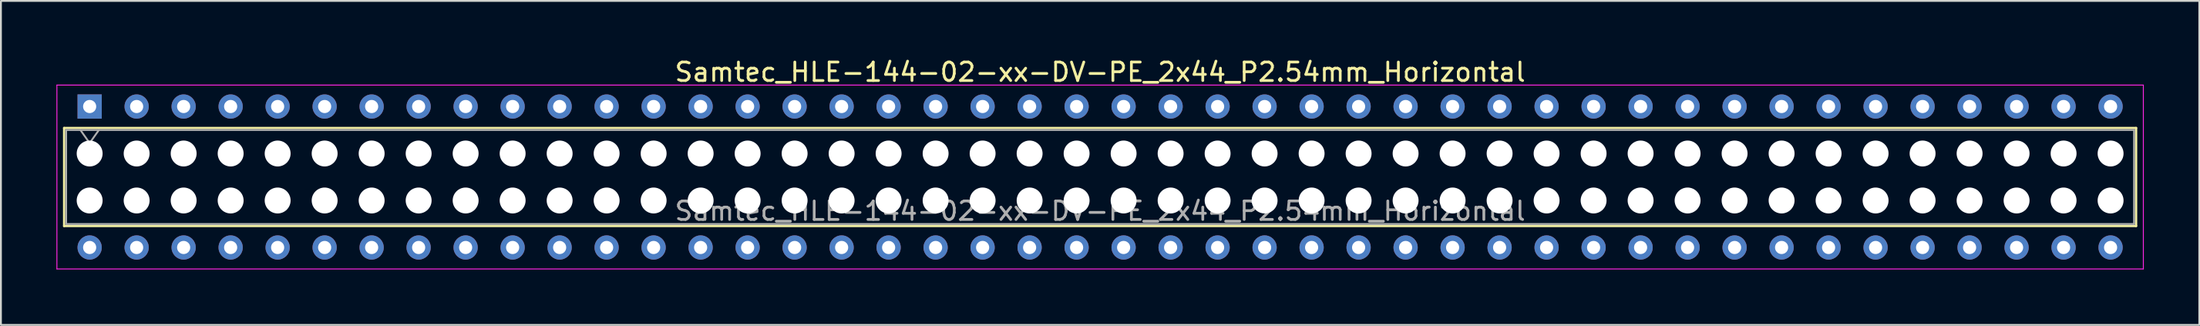
<source format=kicad_pcb>
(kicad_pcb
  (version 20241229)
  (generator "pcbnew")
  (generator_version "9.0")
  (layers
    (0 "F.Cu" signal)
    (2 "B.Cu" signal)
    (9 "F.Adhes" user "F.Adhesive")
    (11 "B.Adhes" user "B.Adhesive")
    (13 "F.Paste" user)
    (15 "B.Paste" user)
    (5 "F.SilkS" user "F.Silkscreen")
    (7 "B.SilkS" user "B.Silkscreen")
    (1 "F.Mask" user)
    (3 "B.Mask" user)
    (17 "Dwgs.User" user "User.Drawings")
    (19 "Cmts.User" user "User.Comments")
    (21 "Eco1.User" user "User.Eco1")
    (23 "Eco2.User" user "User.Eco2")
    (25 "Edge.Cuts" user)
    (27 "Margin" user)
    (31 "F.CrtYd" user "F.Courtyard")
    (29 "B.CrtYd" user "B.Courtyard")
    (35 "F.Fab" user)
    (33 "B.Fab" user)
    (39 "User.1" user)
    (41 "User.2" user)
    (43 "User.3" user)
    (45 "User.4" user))
  (footprint "Samtec_HLE-144-02-xx-DV-PE_2x44_P2.54mm_Horizontal"
    (layer "F.Cu")
    (at 1.795 2.708)
    (property "Reference" "Samtec_HLE-144-02-xx-DV-PE_2x44_P2.54mm_Horizontal" (at 54.61 -1.86 0) (layer "F.SilkS") (effects (font (size 1 1) (thickness 0.15))))
    (attr through_hole)
    (fp_line (start -1.38 1.16) (end 110.6 1.16) (stroke (width 0.12) (type solid)) (layer "F.SilkS"))
    (fp_line (start -1.38 6.46) (end -1.38 1.16) (stroke (width 0.12) (type solid)) (layer "F.SilkS"))
    (fp_line (start 110.6 1.16) (end 110.6 6.46) (stroke (width 0.12) (type solid)) (layer "F.SilkS"))
    (fp_line (start 110.6 6.46) (end -1.38 6.46) (stroke (width 0.12) (type solid)) (layer "F.SilkS"))
    (fp_line (start -1.77 -1.16) (end 110.99 -1.16) (stroke (width 0.05) (type solid)) (layer "F.CrtYd"))
    (fp_line (start -1.77 8.78) (end -1.77 -1.16) (stroke (width 0.05) (type solid)) (layer "F.CrtYd"))
    (fp_line (start 110.99 -1.16) (end 110.99 8.78) (stroke (width 0.05) (type solid)) (layer "F.CrtYd"))
    (fp_line (start 110.99 8.78) (end -1.77 8.78) (stroke (width 0.05) (type solid)) (layer "F.CrtYd"))
    (fp_line (start -1.27 1.27) (end 110.49 1.27) (stroke (width 0.1) (type solid)) (layer "F.Fab"))
    (fp_line (start -1.27 6.35) (end -1.27 1.27) (stroke (width 0.1) (type solid)) (layer "F.Fab"))
    (fp_line (start -0.5 1.27) (end 0 1.977) (stroke (width 0.1) (type solid)) (layer "F.Fab"))
    (fp_line (start 0 1.977) (end 0.5 1.27) (stroke (width 0.1) (type solid)) (layer "F.Fab"))
    (fp_line (start 110.49 1.27) (end 110.49 6.35) (stroke (width 0.1) (type solid)) (layer "F.Fab"))
    (fp_line (start 110.49 6.35) (end -1.27 6.35) (stroke (width 0.1) (type solid)) (layer "F.Fab"))
    (fp_text user "${REFERENCE}" (at 54.61 5.65 0) (layer "F.Fab") (effects (font (size 1 1) (thickness 0.15))))
    (pad "" np_thru_hole circle (at 0 2.54) (size 1.4 1.4) (drill 1.4) (layers "*.Cu" "*.Mask"))
    (pad "" np_thru_hole circle (at 0 5.08) (size 1.4 1.4) (drill 1.4) (layers "*.Cu" "*.Mask"))
    (pad "" np_thru_hole circle (at 2.54 2.54) (size 1.4 1.4) (drill 1.4) (layers "*.Cu" "*.Mask"))
    (pad "" np_thru_hole circle (at 2.54 5.08) (size 1.4 1.4) (drill 1.4) (layers "*.Cu" "*.Mask"))
    (pad "" np_thru_hole circle (at 5.08 2.54) (size 1.4 1.4) (drill 1.4) (layers "*.Cu" "*.Mask"))
    (pad "" np_thru_hole circle (at 5.08 5.08) (size 1.4 1.4) (drill 1.4) (layers "*.Cu" "*.Mask"))
    (pad "" np_thru_hole circle (at 7.62 2.54) (size 1.4 1.4) (drill 1.4) (layers "*.Cu" "*.Mask"))
    (pad "" np_thru_hole circle (at 7.62 5.08) (size 1.4 1.4) (drill 1.4) (layers "*.Cu" "*.Mask"))
    (pad "" np_thru_hole circle (at 10.16 2.54) (size 1.4 1.4) (drill 1.4) (layers "*.Cu" "*.Mask"))
    (pad "" np_thru_hole circle (at 10.16 5.08) (size 1.4 1.4) (drill 1.4) (layers "*.Cu" "*.Mask"))
    (pad "" np_thru_hole circle (at 12.7 2.54) (size 1.4 1.4) (drill 1.4) (layers "*.Cu" "*.Mask"))
    (pad "" np_thru_hole circle (at 12.7 5.08) (size 1.4 1.4) (drill 1.4) (layers "*.Cu" "*.Mask"))
    (pad "" np_thru_hole circle (at 15.24 2.54) (size 1.4 1.4) (drill 1.4) (layers "*.Cu" "*.Mask"))
    (pad "" np_thru_hole circle (at 15.24 5.08) (size 1.4 1.4) (drill 1.4) (layers "*.Cu" "*.Mask"))
    (pad "" np_thru_hole circle (at 17.78 2.54) (size 1.4 1.4) (drill 1.4) (layers "*.Cu" "*.Mask"))
    (pad "" np_thru_hole circle (at 17.78 5.08) (size 1.4 1.4) (drill 1.4) (layers "*.Cu" "*.Mask"))
    (pad "" np_thru_hole circle (at 20.32 2.54) (size 1.4 1.4) (drill 1.4) (layers "*.Cu" "*.Mask"))
    (pad "" np_thru_hole circle (at 20.32 5.08) (size 1.4 1.4) (drill 1.4) (layers "*.Cu" "*.Mask"))
    (pad "" np_thru_hole circle (at 22.86 2.54) (size 1.4 1.4) (drill 1.4) (layers "*.Cu" "*.Mask"))
    (pad "" np_thru_hole circle (at 22.86 5.08) (size 1.4 1.4) (drill 1.4) (layers "*.Cu" "*.Mask"))
    (pad "" np_thru_hole circle (at 25.4 2.54) (size 1.4 1.4) (drill 1.4) (layers "*.Cu" "*.Mask"))
    (pad "" np_thru_hole circle (at 25.4 5.08) (size 1.4 1.4) (drill 1.4) (layers "*.Cu" "*.Mask"))
    (pad "" np_thru_hole circle (at 27.94 2.54) (size 1.4 1.4) (drill 1.4) (layers "*.Cu" "*.Mask"))
    (pad "" np_thru_hole circle (at 27.94 5.08) (size 1.4 1.4) (drill 1.4) (layers "*.Cu" "*.Mask"))
    (pad "" np_thru_hole circle (at 30.48 2.54) (size 1.4 1.4) (drill 1.4) (layers "*.Cu" "*.Mask"))
    (pad "" np_thru_hole circle (at 30.48 5.08) (size 1.4 1.4) (drill 1.4) (layers "*.Cu" "*.Mask"))
    (pad "" np_thru_hole circle (at 33.02 2.54) (size 1.4 1.4) (drill 1.4) (layers "*.Cu" "*.Mask"))
    (pad "" np_thru_hole circle (at 33.02 5.08) (size 1.4 1.4) (drill 1.4) (layers "*.Cu" "*.Mask"))
    (pad "" np_thru_hole circle (at 35.56 2.54) (size 1.4 1.4) (drill 1.4) (layers "*.Cu" "*.Mask"))
    (pad "" np_thru_hole circle (at 35.56 5.08) (size 1.4 1.4) (drill 1.4) (layers "*.Cu" "*.Mask"))
    (pad "" np_thru_hole circle (at 38.1 2.54) (size 1.4 1.4) (drill 1.4) (layers "*.Cu" "*.Mask"))
    (pad "" np_thru_hole circle (at 38.1 5.08) (size 1.4 1.4) (drill 1.4) (layers "*.Cu" "*.Mask"))
    (pad "" np_thru_hole circle (at 40.64 2.54) (size 1.4 1.4) (drill 1.4) (layers "*.Cu" "*.Mask"))
    (pad "" np_thru_hole circle (at 40.64 5.08) (size 1.4 1.4) (drill 1.4) (layers "*.Cu" "*.Mask"))
    (pad "" np_thru_hole circle (at 43.18 2.54) (size 1.4 1.4) (drill 1.4) (layers "*.Cu" "*.Mask"))
    (pad "" np_thru_hole circle (at 43.18 5.08) (size 1.4 1.4) (drill 1.4) (layers "*.Cu" "*.Mask"))
    (pad "" np_thru_hole circle (at 45.72 2.54) (size 1.4 1.4) (drill 1.4) (layers "*.Cu" "*.Mask"))
    (pad "" np_thru_hole circle (at 45.72 5.08) (size 1.4 1.4) (drill 1.4) (layers "*.Cu" "*.Mask"))
    (pad "" np_thru_hole circle (at 48.26 2.54) (size 1.4 1.4) (drill 1.4) (layers "*.Cu" "*.Mask"))
    (pad "" np_thru_hole circle (at 48.26 5.08) (size 1.4 1.4) (drill 1.4) (layers "*.Cu" "*.Mask"))
    (pad "" np_thru_hole circle (at 50.8 2.54) (size 1.4 1.4) (drill 1.4) (layers "*.Cu" "*.Mask"))
    (pad "" np_thru_hole circle (at 50.8 5.08) (size 1.4 1.4) (drill 1.4) (layers "*.Cu" "*.Mask"))
    (pad "" np_thru_hole circle (at 53.34 2.54) (size 1.4 1.4) (drill 1.4) (layers "*.Cu" "*.Mask"))
    (pad "" np_thru_hole circle (at 53.34 5.08) (size 1.4 1.4) (drill 1.4) (layers "*.Cu" "*.Mask"))
    (pad "" np_thru_hole circle (at 55.88 2.54) (size 1.4 1.4) (drill 1.4) (layers "*.Cu" "*.Mask"))
    (pad "" np_thru_hole circle (at 55.88 5.08) (size 1.4 1.4) (drill 1.4) (layers "*.Cu" "*.Mask"))
    (pad "" np_thru_hole circle (at 58.42 2.54) (size 1.4 1.4) (drill 1.4) (layers "*.Cu" "*.Mask"))
    (pad "" np_thru_hole circle (at 58.42 5.08) (size 1.4 1.4) (drill 1.4) (layers "*.Cu" "*.Mask"))
    (pad "" np_thru_hole circle (at 60.96 2.54) (size 1.4 1.4) (drill 1.4) (layers "*.Cu" "*.Mask"))
    (pad "" np_thru_hole circle (at 60.96 5.08) (size 1.4 1.4) (drill 1.4) (layers "*.Cu" "*.Mask"))
    (pad "" np_thru_hole circle (at 63.5 2.54) (size 1.4 1.4) (drill 1.4) (layers "*.Cu" "*.Mask"))
    (pad "" np_thru_hole circle (at 63.5 5.08) (size 1.4 1.4) (drill 1.4) (layers "*.Cu" "*.Mask"))
    (pad "" np_thru_hole circle (at 66.04 2.54) (size 1.4 1.4) (drill 1.4) (layers "*.Cu" "*.Mask"))
    (pad "" np_thru_hole circle (at 66.04 5.08) (size 1.4 1.4) (drill 1.4) (layers "*.Cu" "*.Mask"))
    (pad "" np_thru_hole circle (at 68.58 2.54) (size 1.4 1.4) (drill 1.4) (layers "*.Cu" "*.Mask"))
    (pad "" np_thru_hole circle (at 68.58 5.08) (size 1.4 1.4) (drill 1.4) (layers "*.Cu" "*.Mask"))
    (pad "" np_thru_hole circle (at 71.12 2.54) (size 1.4 1.4) (drill 1.4) (layers "*.Cu" "*.Mask"))
    (pad "" np_thru_hole circle (at 71.12 5.08) (size 1.4 1.4) (drill 1.4) (layers "*.Cu" "*.Mask"))
    (pad "" np_thru_hole circle (at 73.66 2.54) (size 1.4 1.4) (drill 1.4) (layers "*.Cu" "*.Mask"))
    (pad "" np_thru_hole circle (at 73.66 5.08) (size 1.4 1.4) (drill 1.4) (layers "*.Cu" "*.Mask"))
    (pad "" np_thru_hole circle (at 76.2 2.54) (size 1.4 1.4) (drill 1.4) (layers "*.Cu" "*.Mask"))
    (pad "" np_thru_hole circle (at 76.2 5.08) (size 1.4 1.4) (drill 1.4) (layers "*.Cu" "*.Mask"))
    (pad "" np_thru_hole circle (at 78.74 2.54) (size 1.4 1.4) (drill 1.4) (layers "*.Cu" "*.Mask"))
    (pad "" np_thru_hole circle (at 78.74 5.08) (size 1.4 1.4) (drill 1.4) (layers "*.Cu" "*.Mask"))
    (pad "" np_thru_hole circle (at 81.28 2.54) (size 1.4 1.4) (drill 1.4) (layers "*.Cu" "*.Mask"))
    (pad "" np_thru_hole circle (at 81.28 5.08) (size 1.4 1.4) (drill 1.4) (layers "*.Cu" "*.Mask"))
    (pad "" np_thru_hole circle (at 83.82 2.54) (size 1.4 1.4) (drill 1.4) (layers "*.Cu" "*.Mask"))
    (pad "" np_thru_hole circle (at 83.82 5.08) (size 1.4 1.4) (drill 1.4) (layers "*.Cu" "*.Mask"))
    (pad "" np_thru_hole circle (at 86.36 2.54) (size 1.4 1.4) (drill 1.4) (layers "*.Cu" "*.Mask"))
    (pad "" np_thru_hole circle (at 86.36 5.08) (size 1.4 1.4) (drill 1.4) (layers "*.Cu" "*.Mask"))
    (pad "" np_thru_hole circle (at 88.9 2.54) (size 1.4 1.4) (drill 1.4) (layers "*.Cu" "*.Mask"))
    (pad "" np_thru_hole circle (at 88.9 5.08) (size 1.4 1.4) (drill 1.4) (layers "*.Cu" "*.Mask"))
    (pad "" np_thru_hole circle (at 91.44 2.54) (size 1.4 1.4) (drill 1.4) (layers "*.Cu" "*.Mask"))
    (pad "" np_thru_hole circle (at 91.44 5.08) (size 1.4 1.4) (drill 1.4) (layers "*.Cu" "*.Mask"))
    (pad "" np_thru_hole circle (at 93.98 2.54) (size 1.4 1.4) (drill 1.4) (layers "*.Cu" "*.Mask"))
    (pad "" np_thru_hole circle (at 93.98 5.08) (size 1.4 1.4) (drill 1.4) (layers "*.Cu" "*.Mask"))
    (pad "" np_thru_hole circle (at 96.52 2.54) (size 1.4 1.4) (drill 1.4) (layers "*.Cu" "*.Mask"))
    (pad "" np_thru_hole circle (at 96.52 5.08) (size 1.4 1.4) (drill 1.4) (layers "*.Cu" "*.Mask"))
    (pad "" np_thru_hole circle (at 99.06 2.54) (size 1.4 1.4) (drill 1.4) (layers "*.Cu" "*.Mask"))
    (pad "" np_thru_hole circle (at 99.06 5.08) (size 1.4 1.4) (drill 1.4) (layers "*.Cu" "*.Mask"))
    (pad "" np_thru_hole circle (at 101.6 2.54) (size 1.4 1.4) (drill 1.4) (layers "*.Cu" "*.Mask"))
    (pad "" np_thru_hole circle (at 101.6 5.08) (size 1.4 1.4) (drill 1.4) (layers "*.Cu" "*.Mask"))
    (pad "" np_thru_hole circle (at 104.14 2.54) (size 1.4 1.4) (drill 1.4) (layers "*.Cu" "*.Mask"))
    (pad "" np_thru_hole circle (at 104.14 5.08) (size 1.4 1.4) (drill 1.4) (layers "*.Cu" "*.Mask"))
    (pad "" np_thru_hole circle (at 106.68 2.54) (size 1.4 1.4) (drill 1.4) (layers "*.Cu" "*.Mask"))
    (pad "" np_thru_hole circle (at 106.68 5.08) (size 1.4 1.4) (drill 1.4) (layers "*.Cu" "*.Mask"))
    (pad "" np_thru_hole circle (at 109.22 2.54) (size 1.4 1.4) (drill 1.4) (layers "*.Cu" "*.Mask"))
    (pad "" np_thru_hole circle (at 109.22 5.08) (size 1.4 1.4) (drill 1.4) (layers "*.Cu" "*.Mask"))
    (pad "1" thru_hole rect (at 0 0) (size 1.31 1.31) (drill 0.71) (layers "*.Cu" "*.Mask"))
    (pad "2" thru_hole circle (at 0 7.62) (size 1.31 1.31) (drill 0.71) (layers "*.Cu" "*.Mask"))
    (pad "3" thru_hole circle (at 2.54 0) (size 1.31 1.31) (drill 0.71) (layers "*.Cu" "*.Mask"))
    (pad "4" thru_hole circle (at 2.54 7.62) (size 1.31 1.31) (drill 0.71) (layers "*.Cu" "*.Mask"))
    (pad "5" thru_hole circle (at 5.08 0) (size 1.31 1.31) (drill 0.71) (layers "*.Cu" "*.Mask"))
    (pad "6" thru_hole circle (at 5.08 7.62) (size 1.31 1.31) (drill 0.71) (layers "*.Cu" "*.Mask"))
    (pad "7" thru_hole circle (at 7.62 0) (size 1.31 1.31) (drill 0.71) (layers "*.Cu" "*.Mask"))
    (pad "8" thru_hole circle (at 7.62 7.62) (size 1.31 1.31) (drill 0.71) (layers "*.Cu" "*.Mask"))
    (pad "9" thru_hole circle (at 10.16 0) (size 1.31 1.31) (drill 0.71) (layers "*.Cu" "*.Mask"))
    (pad "10" thru_hole circle (at 10.16 7.62) (size 1.31 1.31) (drill 0.71) (layers "*.Cu" "*.Mask"))
    (pad "11" thru_hole circle (at 12.7 0) (size 1.31 1.31) (drill 0.71) (layers "*.Cu" "*.Mask"))
    (pad "12" thru_hole circle (at 12.7 7.62) (size 1.31 1.31) (drill 0.71) (layers "*.Cu" "*.Mask"))
    (pad "13" thru_hole circle (at 15.24 0) (size 1.31 1.31) (drill 0.71) (layers "*.Cu" "*.Mask"))
    (pad "14" thru_hole circle (at 15.24 7.62) (size 1.31 1.31) (drill 0.71) (layers "*.Cu" "*.Mask"))
    (pad "15" thru_hole circle (at 17.78 0) (size 1.31 1.31) (drill 0.71) (layers "*.Cu" "*.Mask"))
    (pad "16" thru_hole circle (at 17.78 7.62) (size 1.31 1.31) (drill 0.71) (layers "*.Cu" "*.Mask"))
    (pad "17" thru_hole circle (at 20.32 0) (size 1.31 1.31) (drill 0.71) (layers "*.Cu" "*.Mask"))
    (pad "18" thru_hole circle (at 20.32 7.62) (size 1.31 1.31) (drill 0.71) (layers "*.Cu" "*.Mask"))
    (pad "19" thru_hole circle (at 22.86 0) (size 1.31 1.31) (drill 0.71) (layers "*.Cu" "*.Mask"))
    (pad "20" thru_hole circle (at 22.86 7.62) (size 1.31 1.31) (drill 0.71) (layers "*.Cu" "*.Mask"))
    (pad "21" thru_hole circle (at 25.4 0) (size 1.31 1.31) (drill 0.71) (layers "*.Cu" "*.Mask"))
    (pad "22" thru_hole circle (at 25.4 7.62) (size 1.31 1.31) (drill 0.71) (layers "*.Cu" "*.Mask"))
    (pad "23" thru_hole circle (at 27.94 0) (size 1.31 1.31) (drill 0.71) (layers "*.Cu" "*.Mask"))
    (pad "24" thru_hole circle (at 27.94 7.62) (size 1.31 1.31) (drill 0.71) (layers "*.Cu" "*.Mask"))
    (pad "25" thru_hole circle (at 30.48 0) (size 1.31 1.31) (drill 0.71) (layers "*.Cu" "*.Mask"))
    (pad "26" thru_hole circle (at 30.48 7.62) (size 1.31 1.31) (drill 0.71) (layers "*.Cu" "*.Mask"))
    (pad "27" thru_hole circle (at 33.02 0) (size 1.31 1.31) (drill 0.71) (layers "*.Cu" "*.Mask"))
    (pad "28" thru_hole circle (at 33.02 7.62) (size 1.31 1.31) (drill 0.71) (layers "*.Cu" "*.Mask"))
    (pad "29" thru_hole circle (at 35.56 0) (size 1.31 1.31) (drill 0.71) (layers "*.Cu" "*.Mask"))
    (pad "30" thru_hole circle (at 35.56 7.62) (size 1.31 1.31) (drill 0.71) (layers "*.Cu" "*.Mask"))
    (pad "31" thru_hole circle (at 38.1 0) (size 1.31 1.31) (drill 0.71) (layers "*.Cu" "*.Mask"))
    (pad "32" thru_hole circle (at 38.1 7.62) (size 1.31 1.31) (drill 0.71) (layers "*.Cu" "*.Mask"))
    (pad "33" thru_hole circle (at 40.64 0) (size 1.31 1.31) (drill 0.71) (layers "*.Cu" "*.Mask"))
    (pad "34" thru_hole circle (at 40.64 7.62) (size 1.31 1.31) (drill 0.71) (layers "*.Cu" "*.Mask"))
    (pad "35" thru_hole circle (at 43.18 0) (size 1.31 1.31) (drill 0.71) (layers "*.Cu" "*.Mask"))
    (pad "36" thru_hole circle (at 43.18 7.62) (size 1.31 1.31) (drill 0.71) (layers "*.Cu" "*.Mask"))
    (pad "37" thru_hole circle (at 45.72 0) (size 1.31 1.31) (drill 0.71) (layers "*.Cu" "*.Mask"))
    (pad "38" thru_hole circle (at 45.72 7.62) (size 1.31 1.31) (drill 0.71) (layers "*.Cu" "*.Mask"))
    (pad "39" thru_hole circle (at 48.26 0) (size 1.31 1.31) (drill 0.71) (layers "*.Cu" "*.Mask"))
    (pad "40" thru_hole circle (at 48.26 7.62) (size 1.31 1.31) (drill 0.71) (layers "*.Cu" "*.Mask"))
    (pad "41" thru_hole circle (at 50.8 0) (size 1.31 1.31) (drill 0.71) (layers "*.Cu" "*.Mask"))
    (pad "42" thru_hole circle (at 50.8 7.62) (size 1.31 1.31) (drill 0.71) (layers "*.Cu" "*.Mask"))
    (pad "43" thru_hole circle (at 53.34 0) (size 1.31 1.31) (drill 0.71) (layers "*.Cu" "*.Mask"))
    (pad "44" thru_hole circle (at 53.34 7.62) (size 1.31 1.31) (drill 0.71) (layers "*.Cu" "*.Mask"))
    (pad "45" thru_hole circle (at 55.88 0) (size 1.31 1.31) (drill 0.71) (layers "*.Cu" "*.Mask"))
    (pad "46" thru_hole circle (at 55.88 7.62) (size 1.31 1.31) (drill 0.71) (layers "*.Cu" "*.Mask"))
    (pad "47" thru_hole circle (at 58.42 0) (size 1.31 1.31) (drill 0.71) (layers "*.Cu" "*.Mask"))
    (pad "48" thru_hole circle (at 58.42 7.62) (size 1.31 1.31) (drill 0.71) (layers "*.Cu" "*.Mask"))
    (pad "49" thru_hole circle (at 60.96 0) (size 1.31 1.31) (drill 0.71) (layers "*.Cu" "*.Mask"))
    (pad "50" thru_hole circle (at 60.96 7.62) (size 1.31 1.31) (drill 0.71) (layers "*.Cu" "*.Mask"))
    (pad "51" thru_hole circle (at 63.5 0) (size 1.31 1.31) (drill 0.71) (layers "*.Cu" "*.Mask"))
    (pad "52" thru_hole circle (at 63.5 7.62) (size 1.31 1.31) (drill 0.71) (layers "*.Cu" "*.Mask"))
    (pad "53" thru_hole circle (at 66.04 0) (size 1.31 1.31) (drill 0.71) (layers "*.Cu" "*.Mask"))
    (pad "54" thru_hole circle (at 66.04 7.62) (size 1.31 1.31) (drill 0.71) (layers "*.Cu" "*.Mask"))
    (pad "55" thru_hole circle (at 68.58 0) (size 1.31 1.31) (drill 0.71) (layers "*.Cu" "*.Mask"))
    (pad "56" thru_hole circle (at 68.58 7.62) (size 1.31 1.31) (drill 0.71) (layers "*.Cu" "*.Mask"))
    (pad "57" thru_hole circle (at 71.12 0) (size 1.31 1.31) (drill 0.71) (layers "*.Cu" "*.Mask"))
    (pad "58" thru_hole circle (at 71.12 7.62) (size 1.31 1.31) (drill 0.71) (layers "*.Cu" "*.Mask"))
    (pad "59" thru_hole circle (at 73.66 0) (size 1.31 1.31) (drill 0.71) (layers "*.Cu" "*.Mask"))
    (pad "60" thru_hole circle (at 73.66 7.62) (size 1.31 1.31) (drill 0.71) (layers "*.Cu" "*.Mask"))
    (pad "61" thru_hole circle (at 76.2 0) (size 1.31 1.31) (drill 0.71) (layers "*.Cu" "*.Mask"))
    (pad "62" thru_hole circle (at 76.2 7.62) (size 1.31 1.31) (drill 0.71) (layers "*.Cu" "*.Mask"))
    (pad "63" thru_hole circle (at 78.74 0) (size 1.31 1.31) (drill 0.71) (layers "*.Cu" "*.Mask"))
    (pad "64" thru_hole circle (at 78.74 7.62) (size 1.31 1.31) (drill 0.71) (layers "*.Cu" "*.Mask"))
    (pad "65" thru_hole circle (at 81.28 0) (size 1.31 1.31) (drill 0.71) (layers "*.Cu" "*.Mask"))
    (pad "66" thru_hole circle (at 81.28 7.62) (size 1.31 1.31) (drill 0.71) (layers "*.Cu" "*.Mask"))
    (pad "67" thru_hole circle (at 83.82 0) (size 1.31 1.31) (drill 0.71) (layers "*.Cu" "*.Mask"))
    (pad "68" thru_hole circle (at 83.82 7.62) (size 1.31 1.31) (drill 0.71) (layers "*.Cu" "*.Mask"))
    (pad "69" thru_hole circle (at 86.36 0) (size 1.31 1.31) (drill 0.71) (layers "*.Cu" "*.Mask"))
    (pad "70" thru_hole circle (at 86.36 7.62) (size 1.31 1.31) (drill 0.71) (layers "*.Cu" "*.Mask"))
    (pad "71" thru_hole circle (at 88.9 0) (size 1.31 1.31) (drill 0.71) (layers "*.Cu" "*.Mask"))
    (pad "72" thru_hole circle (at 88.9 7.62) (size 1.31 1.31) (drill 0.71) (layers "*.Cu" "*.Mask"))
    (pad "73" thru_hole circle (at 91.44 0) (size 1.31 1.31) (drill 0.71) (layers "*.Cu" "*.Mask"))
    (pad "74" thru_hole circle (at 91.44 7.62) (size 1.31 1.31) (drill 0.71) (layers "*.Cu" "*.Mask"))
    (pad "75" thru_hole circle (at 93.98 0) (size 1.31 1.31) (drill 0.71) (layers "*.Cu" "*.Mask"))
    (pad "76" thru_hole circle (at 93.98 7.62) (size 1.31 1.31) (drill 0.71) (layers "*.Cu" "*.Mask"))
    (pad "77" thru_hole circle (at 96.52 0) (size 1.31 1.31) (drill 0.71) (layers "*.Cu" "*.Mask"))
    (pad "78" thru_hole circle (at 96.52 7.62) (size 1.31 1.31) (drill 0.71) (layers "*.Cu" "*.Mask"))
    (pad "79" thru_hole circle (at 99.06 0) (size 1.31 1.31) (drill 0.71) (layers "*.Cu" "*.Mask"))
    (pad "80" thru_hole circle (at 99.06 7.62) (size 1.31 1.31) (drill 0.71) (layers "*.Cu" "*.Mask"))
    (pad "81" thru_hole circle (at 101.6 0) (size 1.31 1.31) (drill 0.71) (layers "*.Cu" "*.Mask"))
    (pad "82" thru_hole circle (at 101.6 7.62) (size 1.31 1.31) (drill 0.71) (layers "*.Cu" "*.Mask"))
    (pad "83" thru_hole circle (at 104.14 0) (size 1.31 1.31) (drill 0.71) (layers "*.Cu" "*.Mask"))
    (pad "84" thru_hole circle (at 104.14 7.62) (size 1.31 1.31) (drill 0.71) (layers "*.Cu" "*.Mask"))
    (pad "85" thru_hole circle (at 106.68 0) (size 1.31 1.31) (drill 0.71) (layers "*.Cu" "*.Mask"))
    (pad "86" thru_hole circle (at 106.68 7.62) (size 1.31 1.31) (drill 0.71) (layers "*.Cu" "*.Mask"))
    (pad "87" thru_hole circle (at 109.22 0) (size 1.31 1.31) (drill 0.71) (layers "*.Cu" "*.Mask"))
    (pad "88" thru_hole circle (at 109.22 7.62) (size 1.31 1.31) (drill 0.71) (layers "*.Cu" "*.Mask")))
  (gr_rect
    (start -3 -3)
    (end 115.81 14.513)
    (stroke (width 0.1) (type default))
    (fill no)
    (layer "Edge.Cuts")))
</source>
